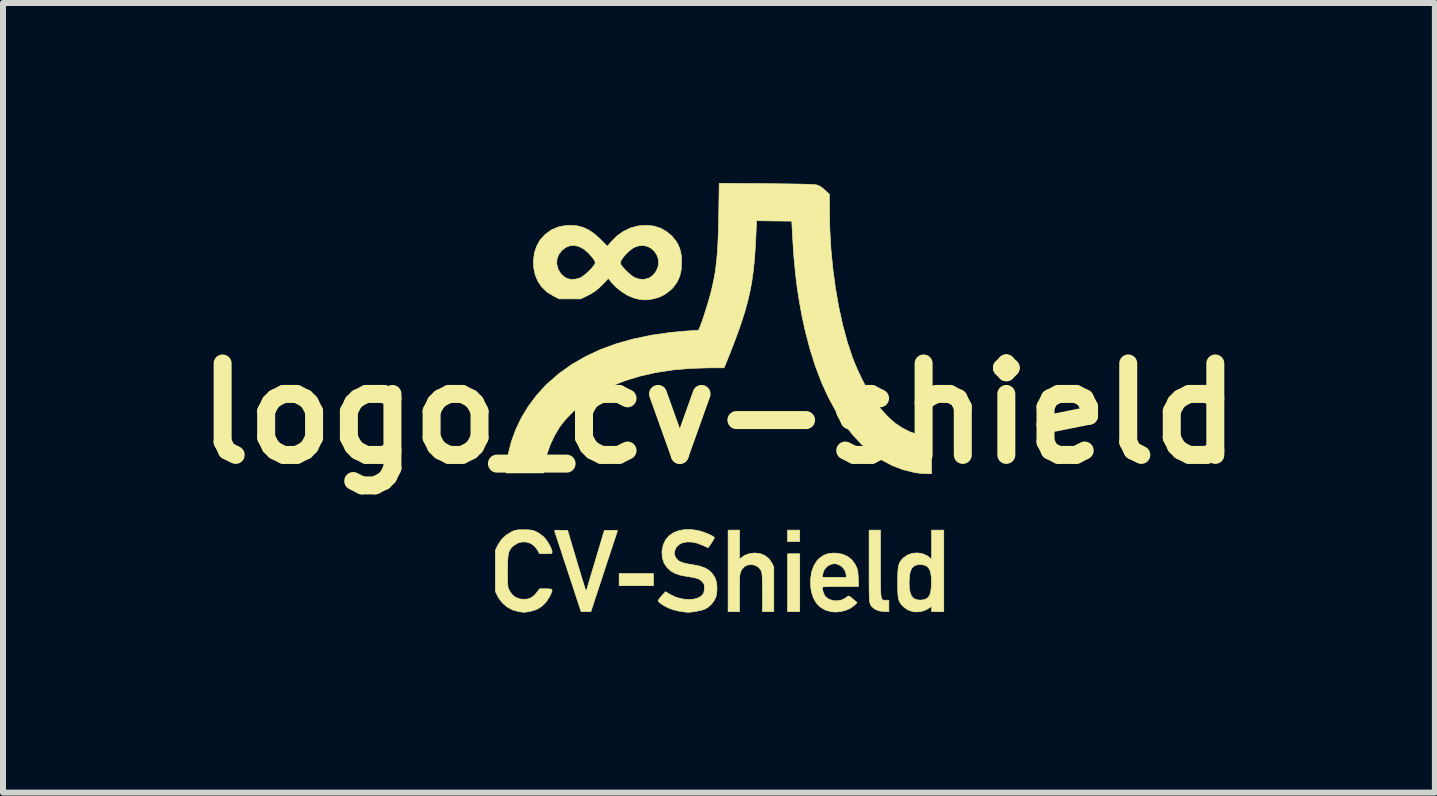
<source format=kicad_pcb>
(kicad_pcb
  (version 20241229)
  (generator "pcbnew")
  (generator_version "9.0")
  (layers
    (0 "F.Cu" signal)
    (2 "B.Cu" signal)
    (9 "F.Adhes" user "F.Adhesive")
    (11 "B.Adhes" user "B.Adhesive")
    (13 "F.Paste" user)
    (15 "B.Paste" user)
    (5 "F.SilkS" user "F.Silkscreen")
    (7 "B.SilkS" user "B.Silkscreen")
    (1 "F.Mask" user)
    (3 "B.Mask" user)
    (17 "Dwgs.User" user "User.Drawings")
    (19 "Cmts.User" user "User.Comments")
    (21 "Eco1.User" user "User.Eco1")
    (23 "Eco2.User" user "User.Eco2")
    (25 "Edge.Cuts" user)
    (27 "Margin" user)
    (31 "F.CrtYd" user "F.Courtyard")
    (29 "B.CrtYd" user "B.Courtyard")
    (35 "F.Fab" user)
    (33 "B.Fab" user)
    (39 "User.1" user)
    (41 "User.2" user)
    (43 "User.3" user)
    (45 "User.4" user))
  (footprint "logo_cv-shield"
    (layer "F.Cu")
    (at 8.934 3.843)
    (property "Reference" "logo_cv-shield" (at 0 0 0) (layer "F.SilkS") (effects (font (size 1.524 1.524) (thickness 0.3))))
    (attr through_hole)
    (fp_poly (pts (xy -1.092 2.87) (xy -1.664 2.87) (xy -1.664 2.667) (xy -1.092 2.667) (xy -1.092 2.87)) (stroke (width 0.01) (type solid)) (fill yes) (layer "F.SilkS"))
    (fp_poly (pts (xy 1.346 2.134) (xy 1.143 2.134) (xy 1.143 1.943) (xy 1.346 1.943) (xy 1.346 2.134)) (stroke (width 0.01) (type solid)) (fill yes) (layer "F.SilkS"))
    (fp_poly (pts (xy 1.346 3.302) (xy 1.143 3.302) (xy 1.143 2.337) (xy 1.346 2.337) (xy 1.346 3.302)) (stroke (width 0.01) (type solid)) (fill yes) (layer "F.SilkS"))
    (fp_poly (pts (xy 2.692 2.507) (xy 2.692 2.647) (xy 2.693 2.763) (xy 2.693 2.858) (xy 2.695 2.934) (xy 2.697 2.993) (xy 2.701 3.038) (xy 2.707 3.069) (xy 2.714 3.09) (xy 2.724 3.103) (xy 2.737 3.109) (xy 2.753 3.112) (xy 2.772 3.112) (xy 2.782 3.111) (xy 2.832 3.111) (xy 2.832 3.302) (xy 2.772 3.301) (xy 2.726 3.298) (xy 2.684 3.292) (xy 2.673 3.29) (xy 2.601 3.262) (xy 2.549 3.22) (xy 2.527 3.188) (xy 2.521 3.175) (xy 2.517 3.162) (xy 2.513 3.144) (xy 2.509 3.121) (xy 2.507 3.089) (xy 2.505 3.047) (xy 2.504 2.991) (xy 2.503 2.921) (xy 2.502 2.833) (xy 2.502 2.725) (xy 2.502 2.595) (xy 2.502 2.541) (xy 2.502 1.943) (xy 2.692 1.943) (xy 2.692 2.507)) (stroke (width 0.01) (type solid)) (fill yes) (layer "F.SilkS"))
    (fp_poly (pts (xy 0.343 2.43) (xy 0.371 2.403) (xy 0.432 2.362) (xy 0.508 2.335) (xy 0.592 2.324) (xy 0.594 2.324) (xy 0.687 2.335) (xy 0.766 2.367) (xy 0.831 2.419) (xy 0.881 2.49) (xy 0.882 2.493) (xy 0.914 2.558) (xy 0.914 3.302) (xy 0.724 3.302) (xy 0.724 2.981) (xy 0.724 2.88) (xy 0.723 2.802) (xy 0.722 2.742) (xy 0.719 2.697) (xy 0.716 2.665) (xy 0.711 2.642) (xy 0.705 2.624) (xy 0.702 2.617) (xy 0.662 2.564) (xy 0.608 2.531) (xy 0.55 2.518) (xy 0.482 2.523) (xy 0.426 2.549) (xy 0.382 2.598) (xy 0.371 2.617) (xy 0.363 2.635) (xy 0.356 2.654) (xy 0.351 2.676) (xy 0.347 2.705) (xy 0.345 2.745) (xy 0.344 2.799) (xy 0.343 2.871) (xy 0.343 2.964) (xy 0.343 2.987) (xy 0.343 3.302) (xy 0.152 3.302) (xy 0.152 1.943) (xy 0.343 1.943) (xy 0.343 2.43)) (stroke (width 0.01) (type solid)) (fill yes) (layer "F.SilkS"))
    (fp_poly (pts (xy -2.641 1.946) (xy -2.634 1.946) (xy -2.522 1.949) (xy -2.374 2.449) (xy -2.341 2.557) (xy -2.311 2.657) (xy -2.284 2.747) (xy -2.26 2.824) (xy -2.241 2.886) (xy -2.227 2.929) (xy -2.219 2.952) (xy -2.218 2.955) (xy -2.211 2.948) (xy -2.201 2.924) (xy -2.198 2.913) (xy -2.191 2.89) (xy -2.178 2.845) (xy -2.16 2.783) (xy -2.137 2.705) (xy -2.11 2.615) (xy -2.08 2.516) (xy -2.049 2.411) (xy -2.048 2.407) (xy -1.911 1.949) (xy -1.799 1.946) (xy -1.745 1.945) (xy -1.712 1.946) (xy -1.696 1.95) (xy -1.692 1.957) (xy -1.693 1.962) (xy -1.699 1.977) (xy -1.711 2.014) (xy -1.73 2.071) (xy -1.755 2.145) (xy -1.784 2.235) (xy -1.818 2.337) (xy -1.855 2.449) (xy -1.895 2.57) (xy -1.918 2.642) (xy -2.135 3.302) (xy -2.298 3.302) (xy -2.512 2.651) (xy -2.553 2.527) (xy -2.592 2.41) (xy -2.627 2.302) (xy -2.659 2.205) (xy -2.687 2.121) (xy -2.709 2.054) (xy -2.725 2.005) (xy -2.734 1.977) (xy -2.736 1.971) (xy -2.74 1.957) (xy -2.736 1.949) (xy -2.722 1.945) (xy -2.692 1.944) (xy -2.641 1.946)) (stroke (width 0.01) (type solid)) (fill yes) (layer "F.SilkS"))
    (fp_poly (pts (xy 3.747 3.302) (xy 3.543 3.302) (xy 3.543 3.256) (xy 3.542 3.226) (xy 3.537 3.218) (xy 3.523 3.227) (xy 3.521 3.229) (xy 3.457 3.27) (xy 3.379 3.297) (xy 3.296 3.307) (xy 3.228 3.301) (xy 3.147 3.272) (xy 3.075 3.22) (xy 3.05 3.195) (xy 3.027 3.166) (xy 3.009 3.136) (xy 2.996 3.101) (xy 2.987 3.058) (xy 2.982 3.003) (xy 2.979 2.931) (xy 2.978 2.838) (xy 2.978 2.813) (xy 2.978 2.807) (xy 3.169 2.807) (xy 3.173 2.904) (xy 3.185 2.979) (xy 3.206 3.035) (xy 3.238 3.074) (xy 3.256 3.087) (xy 3.308 3.106) (xy 3.37 3.11) (xy 3.431 3.099) (xy 3.448 3.091) (xy 3.483 3.069) (xy 3.508 3.035) (xy 3.526 2.988) (xy 3.536 2.923) (xy 3.541 2.84) (xy 3.54 2.738) (xy 3.53 2.657) (xy 3.51 2.597) (xy 3.478 2.555) (xy 3.434 2.529) (xy 3.382 2.518) (xy 3.313 2.518) (xy 3.26 2.536) (xy 3.219 2.572) (xy 3.191 2.627) (xy 3.175 2.703) (xy 3.169 2.801) (xy 3.169 2.807) (xy 2.978 2.807) (xy 2.979 2.712) (xy 2.982 2.632) (xy 2.988 2.57) (xy 2.998 2.521) (xy 3.013 2.482) (xy 3.035 2.449) (xy 3.063 2.417) (xy 3.079 2.402) (xy 3.147 2.356) (xy 3.226 2.329) (xy 3.309 2.323) (xy 3.391 2.336) (xy 3.468 2.369) (xy 3.515 2.404) (xy 3.543 2.43) (xy 3.543 1.943) (xy 3.747 1.943) (xy 3.747 3.302)) (stroke (width 0.01) (type solid)) (fill yes) (layer "F.SilkS"))
    (fp_poly (pts (xy 1.954 2.327) (xy 2.056 2.344) (xy 2.143 2.381) (xy 2.215 2.439) (xy 2.271 2.516) (xy 2.281 2.536) (xy 2.298 2.573) (xy 2.309 2.609) (xy 2.316 2.651) (xy 2.32 2.708) (xy 2.322 2.745) (xy 2.327 2.883) (xy 2.028 2.883) (xy 1.943 2.883) (xy 1.868 2.884) (xy 1.804 2.886) (xy 1.757 2.888) (xy 1.729 2.891) (xy 1.723 2.892) (xy 1.722 2.913) (xy 1.729 2.948) (xy 1.742 2.988) (xy 1.757 3.025) (xy 1.773 3.049) (xy 1.827 3.092) (xy 1.893 3.116) (xy 1.965 3.122) (xy 2.037 3.111) (xy 2.101 3.081) (xy 2.129 3.059) (xy 2.145 3.046) (xy 2.16 3.041) (xy 2.178 3.048) (xy 2.205 3.067) (xy 2.245 3.102) (xy 2.254 3.109) (xy 2.302 3.151) (xy 2.265 3.189) (xy 2.203 3.238) (xy 2.123 3.276) (xy 2.034 3.3) (xy 1.942 3.309) (xy 1.866 3.302) (xy 1.77 3.274) (xy 1.688 3.225) (xy 1.622 3.157) (xy 1.573 3.07) (xy 1.54 2.968) (xy 1.528 2.876) (xy 1.528 2.752) (xy 1.536 2.696) (xy 1.727 2.696) (xy 1.727 2.731) (xy 2.121 2.731) (xy 2.121 2.696) (xy 2.115 2.664) (xy 2.101 2.623) (xy 2.095 2.608) (xy 2.058 2.56) (xy 2.006 2.523) (xy 1.947 2.504) (xy 1.924 2.502) (xy 1.864 2.513) (xy 1.808 2.544) (xy 1.765 2.589) (xy 1.753 2.608) (xy 1.737 2.649) (xy 1.728 2.686) (xy 1.727 2.696) (xy 1.536 2.696) (xy 1.545 2.639) (xy 1.58 2.541) (xy 1.63 2.458) (xy 1.672 2.414) (xy 1.741 2.365) (xy 1.816 2.336) (xy 1.904 2.326) (xy 1.954 2.327)) (stroke (width 0.01) (type solid)) (fill yes) (layer "F.SilkS"))
    (fp_poly (pts (xy -3.188 1.938) (xy -3.142 1.941) (xy -3.106 1.947) (xy -3.072 1.959) (xy -3.046 1.971) (xy -2.994 2) (xy -2.943 2.038) (xy -2.918 2.06) (xy -2.883 2.101) (xy -2.848 2.153) (xy -2.817 2.207) (xy -2.794 2.258) (xy -2.782 2.298) (xy -2.781 2.307) (xy -2.783 2.322) (xy -2.79 2.33) (xy -2.808 2.335) (xy -2.843 2.336) (xy -2.886 2.337) (xy -2.991 2.336) (xy -3.026 2.273) (xy -3.074 2.21) (xy -3.135 2.166) (xy -3.204 2.143) (xy -3.278 2.139) (xy -3.351 2.158) (xy -3.419 2.198) (xy -3.426 2.204) (xy -3.456 2.232) (xy -3.479 2.261) (xy -3.497 2.295) (xy -3.509 2.336) (xy -3.517 2.39) (xy -3.522 2.459) (xy -3.524 2.547) (xy -3.524 2.629) (xy -3.524 2.717) (xy -3.524 2.784) (xy -3.522 2.833) (xy -3.519 2.869) (xy -3.515 2.896) (xy -3.508 2.918) (xy -3.499 2.938) (xy -3.492 2.953) (xy -3.446 3.02) (xy -3.388 3.065) (xy -3.316 3.09) (xy -3.267 3.096) (xy -3.192 3.092) (xy -3.131 3.071) (xy -3.077 3.03) (xy -3.035 2.981) (xy -2.991 2.921) (xy -2.886 2.921) (xy -2.831 2.922) (xy -2.797 2.927) (xy -2.783 2.941) (xy -2.785 2.967) (xy -2.803 3.01) (xy -2.821 3.048) (xy -2.881 3.142) (xy -2.954 3.214) (xy -3.043 3.267) (xy -3.147 3.298) (xy -3.164 3.301) (xy -3.208 3.308) (xy -3.242 3.312) (xy -3.258 3.313) (xy -3.277 3.31) (xy -3.311 3.305) (xy -3.337 3.302) (xy -3.436 3.275) (xy -3.527 3.226) (xy -3.607 3.159) (xy -3.671 3.077) (xy -3.69 3.041) (xy -3.727 2.965) (xy -3.727 2.279) (xy -3.686 2.194) (xy -3.627 2.103) (xy -3.548 2.027) (xy -3.454 1.97) (xy -3.419 1.954) (xy -3.386 1.945) (xy -3.348 1.939) (xy -3.298 1.937) (xy -3.251 1.937) (xy -3.188 1.938)) (stroke (width 0.01) (type solid)) (fill yes) (layer "F.SilkS"))
    (fp_poly (pts (xy -0.451 1.935) (xy -0.356 1.949) (xy -0.304 1.962) (xy -0.247 1.981) (xy -0.191 2.002) (xy -0.141 2.025) (xy -0.102 2.046) (xy -0.08 2.064) (xy -0.076 2.071) (xy -0.083 2.086) (xy -0.099 2.115) (xy -0.121 2.15) (xy -0.145 2.186) (xy -0.166 2.216) (xy -0.18 2.233) (xy -0.183 2.235) (xy -0.196 2.23) (xy -0.226 2.217) (xy -0.266 2.199) (xy -0.267 2.198) (xy -0.361 2.161) (xy -0.452 2.142) (xy -0.535 2.14) (xy -0.607 2.154) (xy -0.667 2.184) (xy -0.712 2.229) (xy -0.736 2.283) (xy -0.744 2.326) (xy -0.738 2.362) (xy -0.732 2.378) (xy -0.711 2.417) (xy -0.682 2.448) (xy -0.641 2.472) (xy -0.585 2.492) (xy -0.51 2.508) (xy -0.438 2.52) (xy -0.328 2.541) (xy -0.24 2.571) (xy -0.17 2.611) (xy -0.115 2.663) (xy -0.072 2.729) (xy -0.059 2.755) (xy -0.041 2.816) (xy -0.033 2.891) (xy -0.035 2.97) (xy -0.047 3.043) (xy -0.049 3.052) (xy -0.079 3.115) (xy -0.125 3.177) (xy -0.183 3.229) (xy -0.238 3.261) (xy -0.274 3.273) (xy -0.324 3.285) (xy -0.382 3.297) (xy -0.44 3.306) (xy -0.489 3.312) (xy -0.523 3.313) (xy -0.527 3.313) (xy -0.547 3.31) (xy -0.581 3.307) (xy -0.584 3.306) (xy -0.676 3.292) (xy -0.767 3.269) (xy -0.835 3.244) (xy -0.885 3.219) (xy -0.934 3.191) (xy -0.975 3.163) (xy -1.004 3.138) (xy -1.015 3.121) (xy -1.015 3.12) (xy -1.007 3.104) (xy -0.986 3.075) (xy -0.956 3.04) (xy -0.953 3.037) (xy -0.891 2.969) (xy -0.817 3.014) (xy -0.711 3.065) (xy -0.595 3.093) (xy -0.509 3.099) (xy -0.423 3.094) (xy -0.357 3.077) (xy -0.304 3.049) (xy -0.289 3.036) (xy -0.266 3.012) (xy -0.253 2.986) (xy -0.246 2.948) (xy -0.244 2.925) (xy -0.242 2.881) (xy -0.246 2.852) (xy -0.258 2.828) (xy -0.278 2.804) (xy -0.299 2.783) (xy -0.323 2.766) (xy -0.353 2.752) (xy -0.395 2.74) (xy -0.453 2.728) (xy -0.531 2.715) (xy -0.552 2.712) (xy -0.656 2.691) (xy -0.738 2.661) (xy -0.806 2.622) (xy -0.861 2.571) (xy -0.863 2.569) (xy -0.915 2.492) (xy -0.944 2.403) (xy -0.95 2.304) (xy -0.949 2.29) (xy -0.93 2.192) (xy -0.891 2.108) (xy -0.834 2.04) (xy -0.759 1.987) (xy -0.67 1.952) (xy -0.566 1.934) (xy -0.451 1.935)) (stroke (width 0.01) (type solid)) (fill yes) (layer "F.SilkS"))
    (fp_poly (pts (xy -1.087 -3.125) (xy -1.077 -3.123) (xy -0.972 -3.089) (xy -0.874 -3.033) (xy -0.786 -2.96) (xy -0.716 -2.874) (xy -0.683 -2.817) (xy -0.656 -2.754) (xy -0.638 -2.693) (xy -0.627 -2.626) (xy -0.623 -2.545) (xy -0.623 -2.513) (xy -0.63 -2.391) (xy -0.655 -2.285) (xy -0.698 -2.191) (xy -0.761 -2.105) (xy -0.805 -2.06) (xy -0.9 -1.987) (xy -1.007 -1.935) (xy -1.123 -1.906) (xy -1.124 -1.906) (xy -1.177 -1.898) (xy -1.216 -1.895) (xy -1.252 -1.896) (xy -1.295 -1.9) (xy -1.34 -1.906) (xy -1.431 -1.93) (xy -1.528 -1.973) (xy -1.624 -2.033) (xy -1.714 -2.105) (xy -1.792 -2.187) (xy -1.815 -2.216) (xy -1.844 -2.254) (xy -1.916 -2.176) (xy -1.99 -2.102) (xy -2.061 -2.043) (xy -2.137 -1.994) (xy -2.204 -1.96) (xy -2.305 -1.911) (xy -2.662 -1.911) (xy -2.76 -1.96) (xy -2.865 -2.025) (xy -2.952 -2.107) (xy -3.018 -2.204) (xy -3.064 -2.315) (xy -3.087 -2.425) (xy -3.09 -2.495) (xy -2.704 -2.495) (xy -2.683 -2.412) (xy -2.675 -2.392) (xy -2.631 -2.326) (xy -2.573 -2.274) (xy -2.527 -2.249) (xy -2.465 -2.236) (xy -2.395 -2.239) (xy -2.325 -2.258) (xy -2.302 -2.268) (xy -2.262 -2.293) (xy -2.215 -2.331) (xy -2.165 -2.377) (xy -2.12 -2.425) (xy -2.085 -2.468) (xy -2.067 -2.496) (xy -2.066 -2.502) (xy -1.645 -2.502) (xy -1.644 -2.501) (xy -1.628 -2.472) (xy -1.596 -2.432) (xy -1.554 -2.387) (xy -1.507 -2.343) (xy -1.461 -2.303) (xy -1.42 -2.274) (xy -1.403 -2.265) (xy -1.322 -2.24) (xy -1.242 -2.237) (xy -1.166 -2.259) (xy -1.155 -2.264) (xy -1.104 -2.301) (xy -1.06 -2.352) (xy -1.058 -2.354) (xy -1.021 -2.428) (xy -1.006 -2.502) (xy -1.011 -2.574) (xy -1.034 -2.641) (xy -1.072 -2.7) (xy -1.122 -2.748) (xy -1.183 -2.783) (xy -1.252 -2.8) (xy -1.326 -2.798) (xy -1.403 -2.774) (xy -1.405 -2.773) (xy -1.451 -2.746) (xy -1.499 -2.707) (xy -1.546 -2.662) (xy -1.588 -2.615) (xy -1.621 -2.57) (xy -1.641 -2.531) (xy -1.645 -2.502) (xy -2.066 -2.502) (xy -2.062 -2.516) (xy -2.067 -2.537) (xy -2.085 -2.567) (xy -2.1 -2.589) (xy -2.174 -2.675) (xy -2.25 -2.74) (xy -2.328 -2.782) (xy -2.405 -2.802) (xy -2.48 -2.798) (xy -2.552 -2.771) (xy -2.618 -2.72) (xy -2.671 -2.651) (xy -2.7 -2.575) (xy -2.704 -2.495) (xy -3.09 -2.495) (xy -3.092 -2.557) (xy -3.076 -2.681) (xy -3.037 -2.794) (xy -2.979 -2.896) (xy -2.901 -2.982) (xy -2.805 -3.053) (xy -2.769 -3.073) (xy -2.671 -3.112) (xy -2.565 -3.132) (xy -2.473 -3.137) (xy -2.364 -3.129) (xy -2.265 -3.103) (xy -2.17 -3.059) (xy -2.076 -2.994) (xy -1.978 -2.907) (xy -1.974 -2.903) (xy -1.86 -2.788) (xy -1.8 -2.86) (xy -1.703 -2.958) (xy -1.594 -3.036) (xy -1.475 -3.093) (xy -1.349 -3.127) (xy -1.219 -3.138) (xy -1.087 -3.125)) (stroke (width 0.01) (type solid)) (fill yes) (layer "F.SilkS"))
    (fp_poly (pts (xy 0.786 -3.832) (xy 0.97 -3.83) (xy 1.13 -3.828) (xy 1.265 -3.826) (xy 1.378 -3.824) (xy 1.47 -3.821) (xy 1.54 -3.818) (xy 1.591 -3.815) (xy 1.622 -3.812) (xy 1.629 -3.81) (xy 1.675 -3.793) (xy 1.722 -3.762) (xy 1.766 -3.725) (xy 1.841 -3.655) (xy 1.842 -3.393) (xy 1.848 -3.063) (xy 1.867 -2.733) (xy 1.899 -2.407) (xy 1.942 -2.087) (xy 1.996 -1.778) (xy 2.061 -1.482) (xy 2.136 -1.203) (xy 2.221 -0.945) (xy 2.223 -0.94) (xy 2.268 -0.825) (xy 2.322 -0.702) (xy 2.382 -0.576) (xy 2.444 -0.455) (xy 2.506 -0.345) (xy 2.56 -0.258) (xy 2.631 -0.159) (xy 2.712 -0.06) (xy 2.796 0.033) (xy 2.879 0.112) (xy 2.935 0.16) (xy 3.058 0.242) (xy 3.188 0.307) (xy 3.322 0.352) (xy 3.453 0.376) (xy 3.456 0.377) (xy 3.543 0.385) (xy 3.543 1.003) (xy 3.451 1.002) (xy 3.389 0.999) (xy 3.319 0.992) (xy 3.262 0.983) (xy 3.068 0.936) (xy 2.882 0.864) (xy 2.704 0.769) (xy 2.535 0.651) (xy 2.374 0.51) (xy 2.222 0.347) (xy 2.08 0.163) (xy 1.947 -0.043) (xy 1.824 -0.269) (xy 1.711 -0.516) (xy 1.609 -0.784) (xy 1.518 -1.07) (xy 1.438 -1.376) (xy 1.385 -1.619) (xy 1.342 -1.854) (xy 1.305 -2.09) (xy 1.275 -2.333) (xy 1.251 -2.588) (xy 1.232 -2.862) (xy 1.228 -2.936) (xy 1.213 -3.207) (xy 0.92 -3.21) (xy 0.627 -3.214) (xy 0.612 -2.886) (xy 0.601 -2.699) (xy 0.588 -2.525) (xy 0.57 -2.361) (xy 0.548 -2.204) (xy 0.52 -2.051) (xy 0.485 -1.897) (xy 0.444 -1.741) (xy 0.394 -1.579) (xy 0.336 -1.407) (xy 0.268 -1.222) (xy 0.19 -1.021) (xy 0.105 -0.81) (xy 0.085 -0.762) (xy -0.146 -0.762) (xy -0.464 -0.753) (xy -0.767 -0.727) (xy -1.053 -0.683) (xy -1.323 -0.622) (xy -1.576 -0.544) (xy -1.812 -0.449) (xy -2.029 -0.337) (xy -2.2 -0.229) (xy -2.278 -0.169) (xy -2.362 -0.096) (xy -2.448 -0.015) (xy -2.528 0.068) (xy -2.598 0.149) (xy -2.652 0.219) (xy -2.737 0.36) (xy -2.809 0.512) (xy -2.865 0.668) (xy -2.903 0.823) (xy -2.915 0.905) (xy -2.924 0.991) (xy -3.547 0.991) (xy -3.539 0.873) (xy -3.512 0.669) (xy -3.46 0.465) (xy -3.386 0.263) (xy -3.291 0.066) (xy -3.175 -0.124) (xy -3.04 -0.304) (xy -2.887 -0.472) (xy -2.861 -0.497) (xy -2.668 -0.665) (xy -2.457 -0.816) (xy -2.227 -0.949) (xy -1.98 -1.065) (xy -1.713 -1.163) (xy -1.429 -1.243) (xy -1.127 -1.306) (xy -0.806 -1.352) (xy -0.56 -1.374) (xy -0.34 -1.389) (xy -0.318 -1.441) (xy -0.299 -1.489) (xy -0.275 -1.556) (xy -0.248 -1.637) (xy -0.22 -1.725) (xy -0.192 -1.816) (xy -0.166 -1.903) (xy -0.144 -1.983) (xy -0.128 -2.041) (xy -0.104 -2.147) (xy -0.082 -2.25) (xy -0.064 -2.352) (xy -0.05 -2.456) (xy -0.037 -2.566) (xy -0.027 -2.686) (xy -0.019 -2.817) (xy -0.013 -2.965) (xy -0.008 -3.131) (xy -0.004 -3.319) (xy -0.004 -3.325) (xy 0.004 -3.838) (xy 0.786 -3.832)) (stroke (width 0.01) (type solid)) (fill yes) (layer "F.SilkS")))
  (gr_rect
    (start -3 -3)
    (end 20.867 10.161)
    (stroke (width 0.1) (type default))
    (fill no)
    (layer "Edge.Cuts")))
</source>
